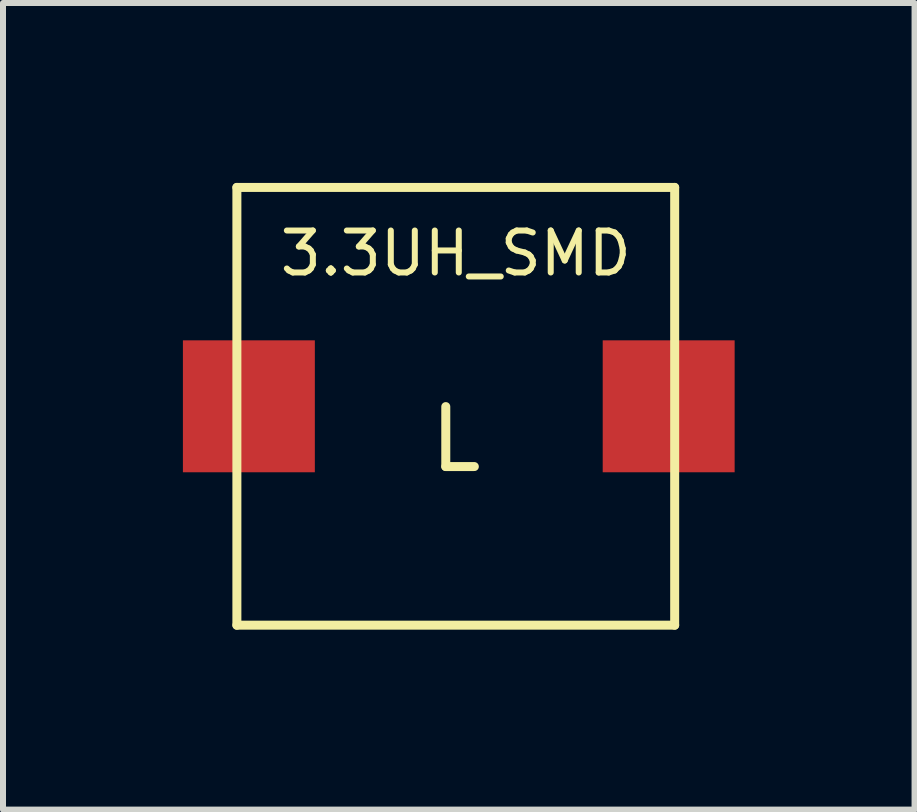
<source format=kicad_pcb>
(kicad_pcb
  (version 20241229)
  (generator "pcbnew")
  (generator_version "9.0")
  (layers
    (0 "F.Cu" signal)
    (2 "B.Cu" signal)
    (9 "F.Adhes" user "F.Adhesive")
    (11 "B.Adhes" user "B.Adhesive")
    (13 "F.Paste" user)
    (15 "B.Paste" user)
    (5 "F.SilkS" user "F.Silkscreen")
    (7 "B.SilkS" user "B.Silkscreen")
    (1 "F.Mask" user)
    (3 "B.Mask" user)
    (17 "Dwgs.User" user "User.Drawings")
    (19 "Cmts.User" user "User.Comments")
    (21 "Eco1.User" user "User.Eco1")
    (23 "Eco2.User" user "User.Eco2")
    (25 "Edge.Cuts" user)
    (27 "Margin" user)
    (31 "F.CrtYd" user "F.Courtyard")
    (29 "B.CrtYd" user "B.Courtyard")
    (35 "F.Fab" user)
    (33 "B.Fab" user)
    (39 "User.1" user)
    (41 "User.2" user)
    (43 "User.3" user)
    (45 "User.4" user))
  (footprint "3.3UH_SMD"
    (layer "F.Cu")
    (at 2.2 3.725)
    (property "Reference" "3.3UH_SMD" (at 2.35 -2.55 0) (layer "F.SilkS") (effects (font (size 0.7 0.7) (thickness 0.1))))
    (attr through_hole)
    (fp_line (start -1.3 -3.65) (end 6 -3.65) (stroke (width 0.15) (type solid)) (layer "F.SilkS"))
    (fp_line (start -1.3 3.65) (end -1.3 -3.65) (stroke (width 0.15) (type solid)) (layer "F.SilkS"))
    (fp_line (start 6 -3.65) (end 6 3.65) (stroke (width 0.15) (type solid)) (layer "F.SilkS"))
    (fp_line (start 6 3.65) (end -1.3 3.65) (stroke (width 0.15) (type solid)) (layer "F.SilkS"))
    (fp_text user "L" (at 2.35 0.55 0) (layer "F.SilkS") (effects (font (size 1 1) (thickness 0.15))))
    (pad "1" smd rect (at -1.1 0) (size 2.2 2.2) (layers "F.Cu" "F.Mask" "F.Paste"))
    (pad "2" smd rect (at 5.9 0) (size 2.2 2.2) (layers "F.Cu" "F.Mask" "F.Paste")))
  (gr_rect
    (start -3 -3)
    (end 12.2 10.45)
    (stroke (width 0.1) (type default))
    (fill no)
    (layer "Edge.Cuts")))
</source>
